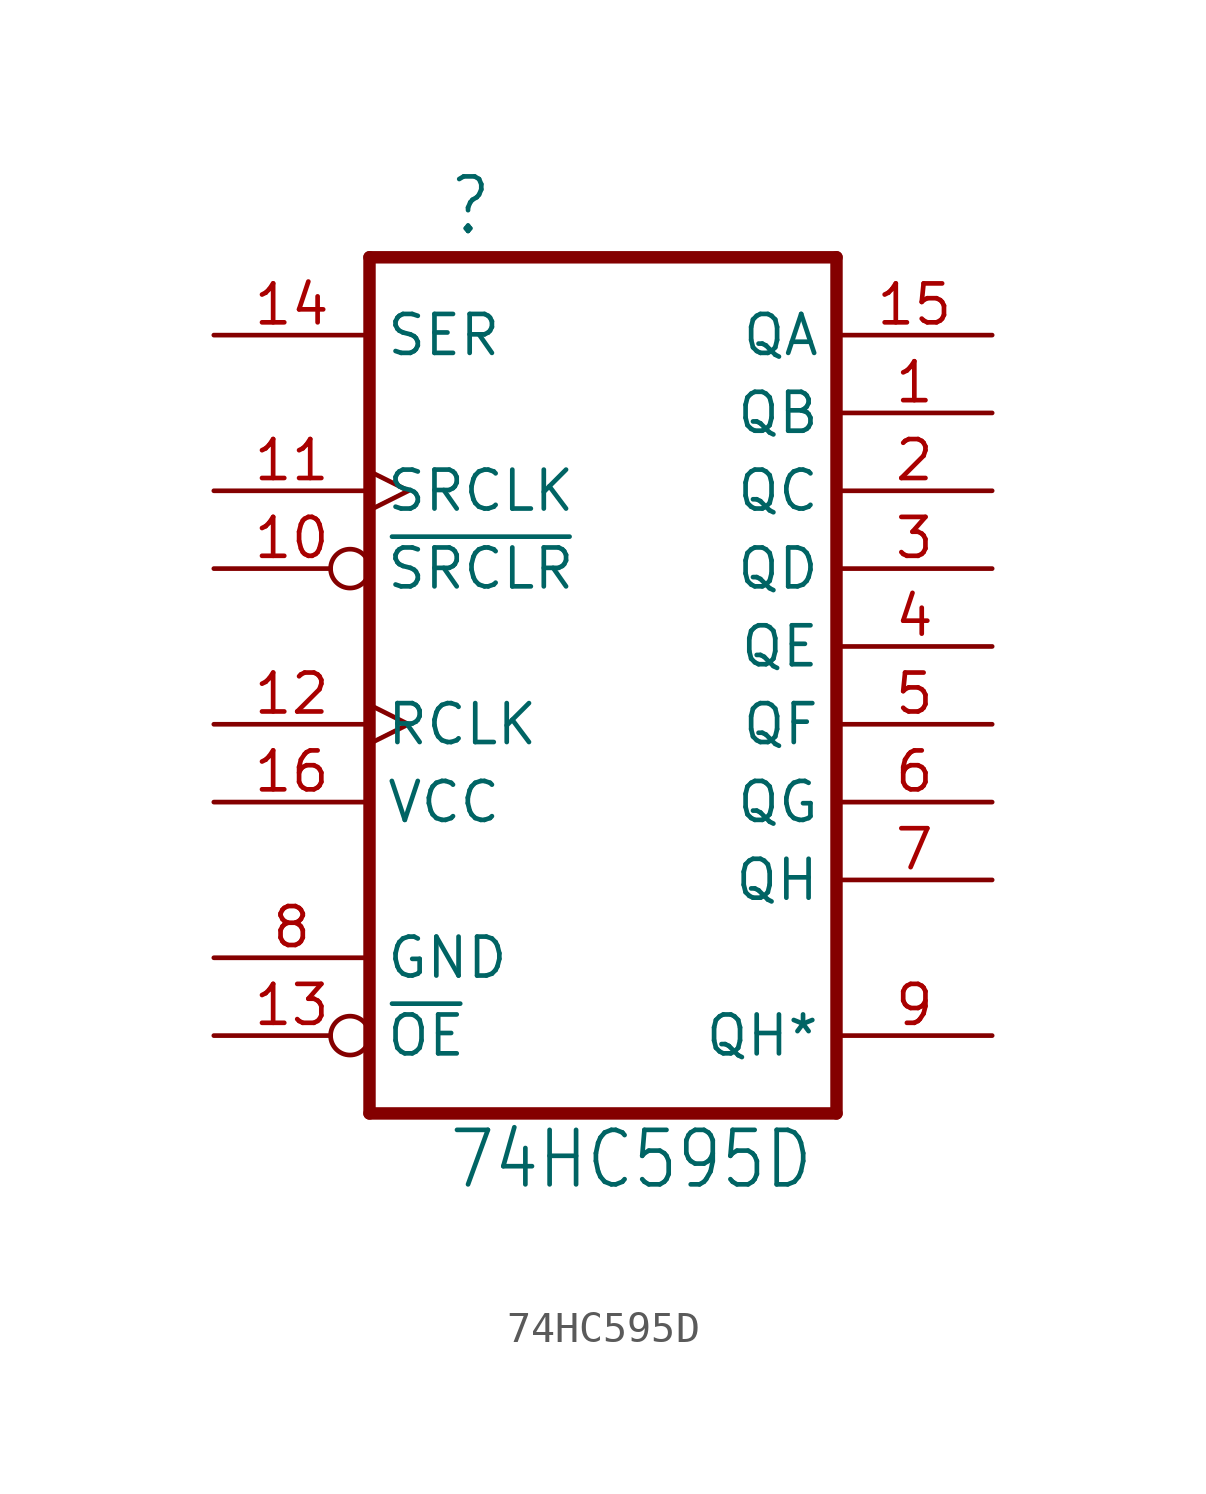
<source format=kicad_sym>
(kicad_symbol_lib
  (version 20211014)
  (generator kicad_symbol_editor)
  (symbol "74HC595D"
    (property "Reference" ""
      (at -7.62 15.875 0)
      (effects (font (size 1.778 1.511)) (justify left bottom)))
    (property "Value" "74HC595D"
      (at -7.62 -15.24 0)
      (effects (font (size 1.778 1.511)) (justify left bottom)))
    (property "ki_locked" ""
      (at 0 0 0)
      (effects (font (size 1.27 1.27))))
    (symbol "74HC595D_1_0"
      (polyline (pts (xy -10.16 -12.7) (xy 5.08 -12.7)) (stroke (width 0.406) (type default) (color 0 0 0 0)) (fill (type none)))
      (polyline (pts (xy -10.16 15.24) (xy -10.16 -12.7)) (stroke (width 0.406) (type default) (color 0 0 0 0)) (fill (type none)))
      (polyline (pts (xy 5.08 -12.7) (xy 5.08 15.24)) (stroke (width 0.406) (type default) (color 0 0 0 0)) (fill (type none)))
      (polyline (pts (xy 5.08 15.24) (xy -10.16 15.24)) (stroke (width 0.406) (type default) (color 0 0 0 0)) (fill (type none)))
      (pin tri_state line (at 10.16 10.16 180) (length 5.08) (name "QB" (effects (font (size 1.27 1.27)))) (number "1" (effects (font (size 1.27 1.27)))))
      (pin input inverted (at -15.24 5.08 0) (length 5.08) (name "~{SRCLR}" (effects (font (size 1.27 1.27)))) (number "10" (effects (font (size 1.27 1.27)))))
      (pin input clock (at -15.24 7.62 0) (length 5.08) (name "SRCLK" (effects (font (size 1.27 1.27)))) (number "11" (effects (font (size 1.27 1.27)))))
      (pin input clock (at -15.24 0 0) (length 5.08) (name "RCLK" (effects (font (size 1.27 1.27)))) (number "12" (effects (font (size 1.27 1.27)))))
      (pin input inverted (at -15.24 -10.16 0) (length 5.08) (name "~{OE}" (effects (font (size 1.27 1.27)))) (number "13" (effects (font (size 1.27 1.27)))))
      (pin input line (at -15.24 12.7 0) (length 5.08) (name "SER" (effects (font (size 1.27 1.27)))) (number "14" (effects (font (size 1.27 1.27)))))
      (pin tri_state line (at 10.16 12.7 180) (length 5.08) (name "QA" (effects (font (size 1.27 1.27)))) (number "15" (effects (font (size 1.27 1.27)))))
      (pin power_in line (at -15.24 -2.54 0) (length 5.08) (name "VCC" (effects (font (size 1.27 1.27)))) (number "16" (effects (font (size 1.27 1.27)))))
      (pin tri_state line (at 10.16 7.62 180) (length 5.08) (name "QC" (effects (font (size 1.27 1.27)))) (number "2" (effects (font (size 1.27 1.27)))))
      (pin tri_state line (at 10.16 5.08 180) (length 5.08) (name "QD" (effects (font (size 1.27 1.27)))) (number "3" (effects (font (size 1.27 1.27)))))
      (pin tri_state line (at 10.16 2.54 180) (length 5.08) (name "QE" (effects (font (size 1.27 1.27)))) (number "4" (effects (font (size 1.27 1.27)))))
      (pin tri_state line (at 10.16 0 180) (length 5.08) (name "QF" (effects (font (size 1.27 1.27)))) (number "5" (effects (font (size 1.27 1.27)))))
      (pin tri_state line (at 10.16 -2.54 180) (length 5.08) (name "QG" (effects (font (size 1.27 1.27)))) (number "6" (effects (font (size 1.27 1.27)))))
      (pin tri_state line (at 10.16 -5.08 180) (length 5.08) (name "QH" (effects (font (size 1.27 1.27)))) (number "7" (effects (font (size 1.27 1.27)))))
      (pin power_in line (at -15.24 -7.62 0) (length 5.08) (name "GND" (effects (font (size 1.27 1.27)))) (number "8" (effects (font (size 1.27 1.27)))))
      (pin tri_state line (at 10.16 -10.16 180) (length 5.08) (name "QH*" (effects (font (size 1.27 1.27)))) (number "9" (effects (font (size 1.27 1.27))))))))
</source>
